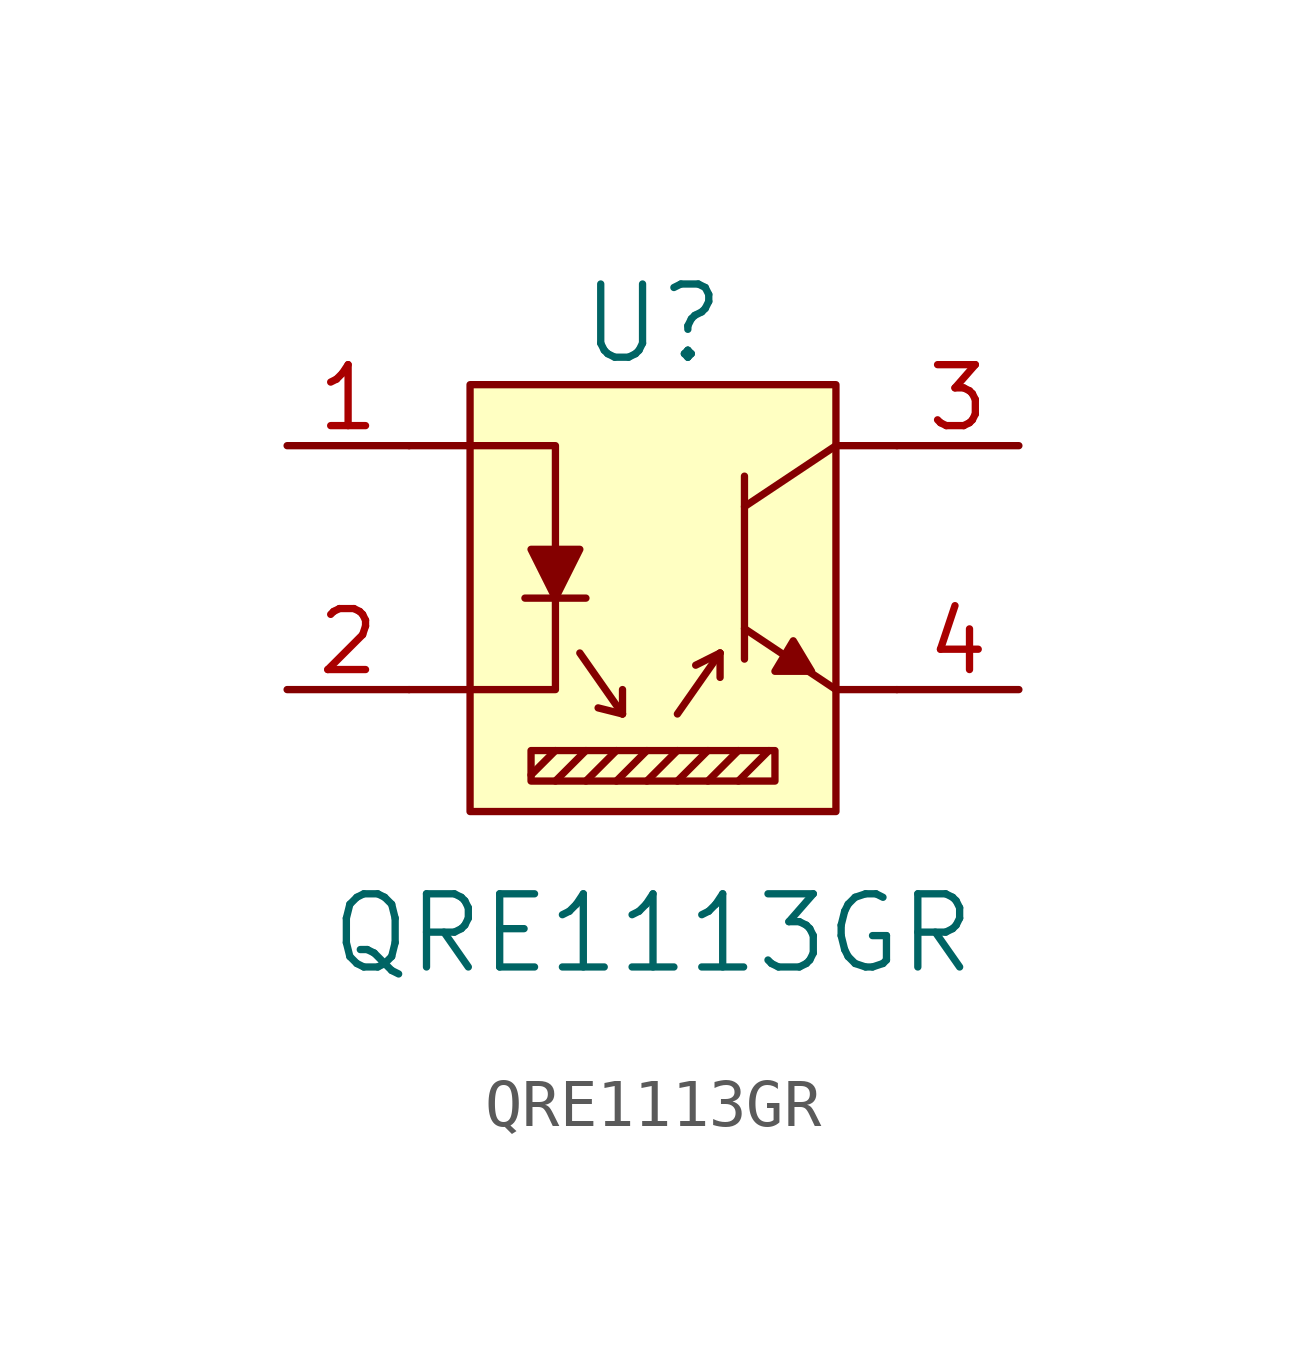
<source format=kicad_sym>
(kicad_symbol_lib
  (version 20220914)
  (generator kicad_symbol_editor)
  (symbol "QRE1113GR"
    (pin_names
      (offset 0))
    (property "Reference" "U"
      (at 0 5.08 0)
      (effects (font (size 1.524 1.524))))
    (property "Value" "QRE1113GR"
      (at 0 -7.62 0)
      (effects (font (size 1.524 1.524))))
    (symbol "QRE1113GR_0_1"
      (rectangle (start -3.81 3.81) (end 3.81 -5.08) (stroke (width 0) (type solid)) (fill (type background)))
      (rectangle (start -2.54 -3.81) (end 2.54 -4.445) (stroke (width 0) (type solid)) (fill (type none)))
      (polyline (pts (xy -2.667 -0.635) (xy -1.397 -0.635)) (stroke (width 0) (type solid)) (fill (type none)))
      (polyline (pts (xy -2.54 -4.318) (xy -2.032 -3.81)) (stroke (width 0) (type solid)) (fill (type none)))
      (polyline (pts (xy -2.032 -4.445) (xy -1.397 -3.81)) (stroke (width 0) (type solid)) (fill (type none)))
      (polyline (pts (xy -1.524 -1.778) (xy -0.635 -3.048)) (stroke (width 0) (type solid)) (fill (type none)))
      (polyline (pts (xy -1.397 -4.445) (xy -0.762 -3.81)) (stroke (width 0) (type solid)) (fill (type none)))
      (polyline (pts (xy -0.762 -4.445) (xy -0.127 -3.81)) (stroke (width 0) (type solid)) (fill (type none)))
      (polyline (pts (xy -0.635 -3.048) (xy -1.143 -2.921)) (stroke (width 0) (type solid)) (fill (type none)))
      (polyline (pts (xy -0.635 -3.048) (xy -0.635 -2.54)) (stroke (width 0) (type solid)) (fill (type none)))
      (polyline (pts (xy -0.127 -4.445) (xy 0.508 -3.81)) (stroke (width 0) (type solid)) (fill (type none)))
      (polyline (pts (xy 0.508 -4.445) (xy 1.143 -3.81)) (stroke (width 0) (type solid)) (fill (type none)))
      (polyline (pts (xy 0.508 -3.048) (xy 1.397 -1.778)) (stroke (width 0) (type solid)) (fill (type none)))
      (polyline (pts (xy 1.143 -4.445) (xy 1.778 -3.81)) (stroke (width 0) (type solid)) (fill (type none)))
      (polyline (pts (xy 1.397 -1.778) (xy 0.889 -2.032)) (stroke (width 0) (type solid)) (fill (type none)))
      (polyline (pts (xy 1.397 -1.778) (xy 1.397 -2.286)) (stroke (width 0) (type solid)) (fill (type none)))
      (polyline (pts (xy 1.778 -4.445) (xy 2.413 -3.81)) (stroke (width 0) (type solid)) (fill (type none)))
      (polyline (pts (xy 1.905 -1.27) (xy 3.81 -2.54)) (stroke (width 0) (type solid)) (fill (type none)))
      (polyline (pts (xy 1.905 1.905) (xy 1.905 -1.905)) (stroke (width 0) (type solid)) (fill (type none)))
      (polyline (pts (xy 3.81 -2.54) (xy 5.08 -2.54)) (stroke (width 0) (type solid)) (fill (type none)))
      (polyline (pts (xy 3.81 2.54) (xy 1.905 1.27)) (stroke (width 0) (type solid)) (fill (type none)))
      (polyline (pts (xy 3.81 2.54) (xy 5.08 2.54)) (stroke (width 0) (type solid)) (fill (type none)))
      (polyline (pts (xy -5.08 2.54) (xy -2.032 2.54) (xy -2.032 0.381)) (stroke (width 0) (type solid)) (fill (type none)))
      (polyline (pts (xy -2.032 -0.635) (xy -2.032 -2.54) (xy -5.08 -2.54)) (stroke (width 0) (type solid)) (fill (type none)))
      (polyline (pts (xy -2.54 0.381) (xy -1.524 0.381) (xy -2.032 -0.635) (xy -2.54 0.381)) (stroke (width 0) (type solid)) (fill (type outline)))
      (polyline (pts (xy 2.921 -1.524) (xy 2.54 -2.159) (xy 3.302 -2.159) (xy 2.921 -1.524)) (stroke (width 0) (type solid)) (fill (type outline))))
    (symbol "QRE1113GR_1_1"
      (pin passive line (at -7.62 2.54 0) (length 2.54) (name "~" (effects (font (size 1.27 1.27)))) (number "1" (effects (font (size 1.27 1.27)))))
      (pin passive line (at -7.62 -2.54 0) (length 2.54) (name "~" (effects (font (size 1.27 1.27)))) (number "2" (effects (font (size 1.27 1.27)))))
      (pin passive line (at 7.62 2.54 180) (length 2.54) (name "~" (effects (font (size 1.27 1.27)))) (number "3" (effects (font (size 1.27 1.27)))))
      (pin passive line (at 7.62 -2.54 180) (length 2.54) (name "~" (effects (font (size 1.27 1.27)))) (number "4" (effects (font (size 1.27 1.27))))))))
</source>
